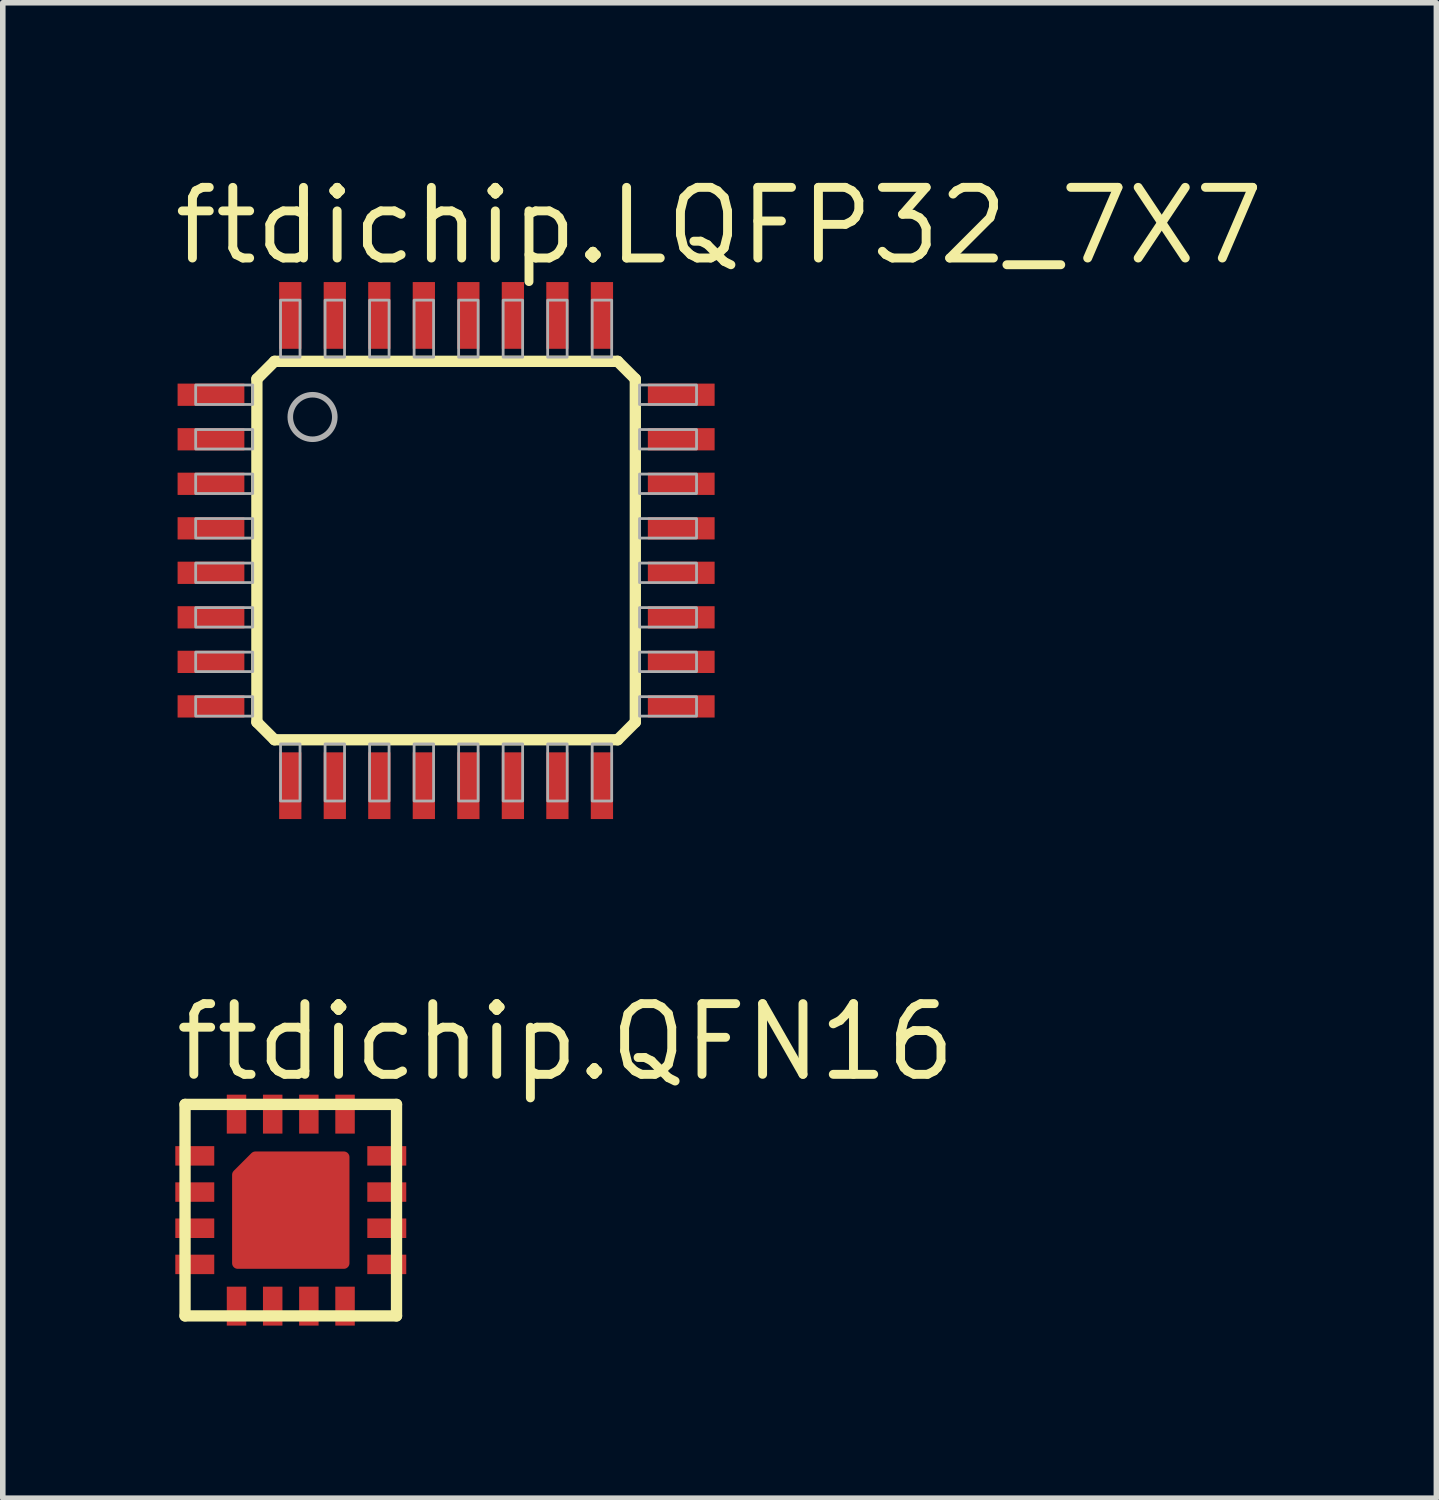
<source format=kicad_pcb>
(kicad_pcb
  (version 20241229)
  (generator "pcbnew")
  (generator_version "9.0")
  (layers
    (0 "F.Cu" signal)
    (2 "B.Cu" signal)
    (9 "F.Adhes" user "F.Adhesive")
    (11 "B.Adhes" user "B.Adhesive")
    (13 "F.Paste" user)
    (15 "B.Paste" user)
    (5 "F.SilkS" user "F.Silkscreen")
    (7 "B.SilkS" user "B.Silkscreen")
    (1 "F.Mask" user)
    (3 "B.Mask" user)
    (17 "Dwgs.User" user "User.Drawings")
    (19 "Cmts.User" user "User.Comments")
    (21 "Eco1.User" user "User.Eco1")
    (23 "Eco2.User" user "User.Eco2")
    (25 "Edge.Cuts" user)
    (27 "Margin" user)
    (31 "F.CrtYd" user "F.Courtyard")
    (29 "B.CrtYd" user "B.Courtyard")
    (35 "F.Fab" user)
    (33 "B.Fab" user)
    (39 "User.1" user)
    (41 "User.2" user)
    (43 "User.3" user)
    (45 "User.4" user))
  (footprint "ftdichip.LQFP32_7X7"
    (layer "F.Cu")
    (at 4.966 6.843)
    (property "Reference" "ftdichip.LQFP32_7X7" (at -4.966 -5.093 0) (layer "F.SilkS") (effects (font (size 1.27 1.27) (thickness 0.16)) (justify left bottom)))
    (attr smd)
    (fp_line (start -3.4 -3.083) (end -3.083 -3.4) (stroke (width 0.203) (type default)) (layer "F.SilkS"))
    (fp_line (start -3.4 3.083) (end -3.4 -3.083) (stroke (width 0.203) (type default)) (layer "F.SilkS"))
    (fp_line (start -3.083 -3.4) (end 3.083 -3.4) (stroke (width 0.203) (type default)) (layer "F.SilkS"))
    (fp_line (start -3.083 3.4) (end -3.4 3.083) (stroke (width 0.203) (type default)) (layer "F.SilkS"))
    (fp_line (start 3.083 -3.4) (end 3.4 -3.083) (stroke (width 0.203) (type default)) (layer "F.SilkS"))
    (fp_line (start 3.083 3.4) (end -3.083 3.4) (stroke (width 0.203) (type default)) (layer "F.SilkS"))
    (fp_line (start 3.4 -3.083) (end 3.4 3.083) (stroke (width 0.203) (type default)) (layer "F.SilkS"))
    (fp_line (start 3.4 3.083) (end 3.083 3.4) (stroke (width 0.203) (type default)) (layer "F.SilkS"))
    (fp_rect (start -4.5 -2.625) (end -3.475 -2.975) (stroke (width 0.05) (type default)) (fill no) (layer "F.Fab"))
    (fp_rect (start -4.5 -1.825) (end -3.475 -2.175) (stroke (width 0.05) (type default)) (fill no) (layer "F.Fab"))
    (fp_rect (start -4.5 -1.025) (end -3.475 -1.375) (stroke (width 0.05) (type default)) (fill no) (layer "F.Fab"))
    (fp_rect (start -4.5 -0.225) (end -3.475 -0.575) (stroke (width 0.05) (type default)) (fill no) (layer "F.Fab"))
    (fp_rect (start -4.5 0.575) (end -3.475 0.225) (stroke (width 0.05) (type default)) (fill no) (layer "F.Fab"))
    (fp_rect (start -4.5 1.375) (end -3.475 1.025) (stroke (width 0.05) (type default)) (fill no) (layer "F.Fab"))
    (fp_rect (start -4.5 2.175) (end -3.475 1.825) (stroke (width 0.05) (type default)) (fill no) (layer "F.Fab"))
    (fp_rect (start -4.5 2.975) (end -3.475 2.625) (stroke (width 0.05) (type default)) (fill no) (layer "F.Fab"))
    (fp_rect (start -2.975 -3.475) (end -2.625 -4.5) (stroke (width 0.05) (type default)) (fill no) (layer "F.Fab"))
    (fp_rect (start -2.975 4.5) (end -2.625 3.475) (stroke (width 0.05) (type default)) (fill no) (layer "F.Fab"))
    (fp_rect (start -2.175 -3.475) (end -1.825 -4.5) (stroke (width 0.05) (type default)) (fill no) (layer "F.Fab"))
    (fp_rect (start -2.175 4.5) (end -1.825 3.475) (stroke (width 0.05) (type default)) (fill no) (layer "F.Fab"))
    (fp_rect (start -1.375 -3.475) (end -1.025 -4.5) (stroke (width 0.05) (type default)) (fill no) (layer "F.Fab"))
    (fp_rect (start -1.375 4.5) (end -1.025 3.475) (stroke (width 0.05) (type default)) (fill no) (layer "F.Fab"))
    (fp_rect (start -0.575 -3.475) (end -0.225 -4.5) (stroke (width 0.05) (type default)) (fill no) (layer "F.Fab"))
    (fp_rect (start -0.575 4.5) (end -0.225 3.475) (stroke (width 0.05) (type default)) (fill no) (layer "F.Fab"))
    (fp_rect (start 0.225 -3.475) (end 0.575 -4.5) (stroke (width 0.05) (type default)) (fill no) (layer "F.Fab"))
    (fp_rect (start 0.225 4.5) (end 0.575 3.475) (stroke (width 0.05) (type default)) (fill no) (layer "F.Fab"))
    (fp_rect (start 1.025 -3.475) (end 1.375 -4.5) (stroke (width 0.05) (type default)) (fill no) (layer "F.Fab"))
    (fp_rect (start 1.025 4.5) (end 1.375 3.475) (stroke (width 0.05) (type default)) (fill no) (layer "F.Fab"))
    (fp_rect (start 1.825 -3.475) (end 2.175 -4.5) (stroke (width 0.05) (type default)) (fill no) (layer "F.Fab"))
    (fp_rect (start 1.825 4.5) (end 2.175 3.475) (stroke (width 0.05) (type default)) (fill no) (layer "F.Fab"))
    (fp_rect (start 2.625 -3.475) (end 2.975 -4.5) (stroke (width 0.05) (type default)) (fill no) (layer "F.Fab"))
    (fp_rect (start 2.625 4.5) (end 2.975 3.475) (stroke (width 0.05) (type default)) (fill no) (layer "F.Fab"))
    (fp_rect (start 3.475 -2.625) (end 4.5 -2.975) (stroke (width 0.05) (type default)) (fill no) (layer "F.Fab"))
    (fp_rect (start 3.475 -1.825) (end 4.5 -2.175) (stroke (width 0.05) (type default)) (fill no) (layer "F.Fab"))
    (fp_rect (start 3.475 -1.025) (end 4.5 -1.375) (stroke (width 0.05) (type default)) (fill no) (layer "F.Fab"))
    (fp_rect (start 3.475 -0.225) (end 4.5 -0.575) (stroke (width 0.05) (type default)) (fill no) (layer "F.Fab"))
    (fp_rect (start 3.475 0.575) (end 4.5 0.225) (stroke (width 0.05) (type default)) (fill no) (layer "F.Fab"))
    (fp_rect (start 3.475 1.375) (end 4.5 1.025) (stroke (width 0.05) (type default)) (fill no) (layer "F.Fab"))
    (fp_rect (start 3.475 2.175) (end 4.5 1.825) (stroke (width 0.05) (type default)) (fill no) (layer "F.Fab"))
    (fp_rect (start 3.475 2.975) (end 4.5 2.625) (stroke (width 0.05) (type default)) (fill no) (layer "F.Fab"))
    (fp_circle (center -2.4 -2.4) (end -2 -2.4) (stroke (width 0.1) (type default)) (fill no) (layer "F.Fab"))
    (pad "1" smd roundrect (at -4.225 -2.8) (size 1.2 0.4) (layers "F.Cu" "F.Mask" "F.Paste") (roundrect_rratio 0.01))
    (pad "2" smd roundrect (at -4.225 -2) (size 1.2 0.4) (layers "F.Cu" "F.Mask" "F.Paste") (roundrect_rratio 0.01))
    (pad "3" smd roundrect (at -4.225 -1.2) (size 1.2 0.4) (layers "F.Cu" "F.Mask" "F.Paste") (roundrect_rratio 0.01))
    (pad "4" smd roundrect (at -4.225 -0.4) (size 1.2 0.4) (layers "F.Cu" "F.Mask" "F.Paste") (roundrect_rratio 0.01))
    (pad "5" smd roundrect (at -4.225 0.4) (size 1.2 0.4) (layers "F.Cu" "F.Mask" "F.Paste") (roundrect_rratio 0.01))
    (pad "6" smd roundrect (at -4.225 1.2) (size 1.2 0.4) (layers "F.Cu" "F.Mask" "F.Paste") (roundrect_rratio 0.01))
    (pad "7" smd roundrect (at -4.225 2) (size 1.2 0.4) (layers "F.Cu" "F.Mask" "F.Paste") (roundrect_rratio 0.01))
    (pad "8" smd roundrect (at -4.225 2.8) (size 1.2 0.4) (layers "F.Cu" "F.Mask" "F.Paste") (roundrect_rratio 0.01))
    (pad "9" smd roundrect (at -2.8 4.225 90) (size 1.2 0.4) (layers "F.Cu" "F.Mask" "F.Paste") (roundrect_rratio 0.01))
    (pad "10" smd roundrect (at -2 4.225 90) (size 1.2 0.4) (layers "F.Cu" "F.Mask" "F.Paste") (roundrect_rratio 0.01))
    (pad "11" smd roundrect (at -1.2 4.225 90) (size 1.2 0.4) (layers "F.Cu" "F.Mask" "F.Paste") (roundrect_rratio 0.01))
    (pad "12" smd roundrect (at -0.4 4.225 90) (size 1.2 0.4) (layers "F.Cu" "F.Mask" "F.Paste") (roundrect_rratio 0.01))
    (pad "13" smd roundrect (at 0.4 4.225 90) (size 1.2 0.4) (layers "F.Cu" "F.Mask" "F.Paste") (roundrect_rratio 0.01))
    (pad "14" smd roundrect (at 1.2 4.225 90) (size 1.2 0.4) (layers "F.Cu" "F.Mask" "F.Paste") (roundrect_rratio 0.01))
    (pad "15" smd roundrect (at 2 4.225 90) (size 1.2 0.4) (layers "F.Cu" "F.Mask" "F.Paste") (roundrect_rratio 0.01))
    (pad "16" smd roundrect (at 2.8 4.225 90) (size 1.2 0.4) (layers "F.Cu" "F.Mask" "F.Paste") (roundrect_rratio 0.01))
    (pad "17" smd roundrect (at 4.225 2.8 180) (size 1.2 0.4) (layers "F.Cu" "F.Mask" "F.Paste") (roundrect_rratio 0.01))
    (pad "18" smd roundrect (at 4.225 2 180) (size 1.2 0.4) (layers "F.Cu" "F.Mask" "F.Paste") (roundrect_rratio 0.01))
    (pad "19" smd roundrect (at 4.225 1.2 180) (size 1.2 0.4) (layers "F.Cu" "F.Mask" "F.Paste") (roundrect_rratio 0.01))
    (pad "20" smd roundrect (at 4.225 0.4 180) (size 1.2 0.4) (layers "F.Cu" "F.Mask" "F.Paste") (roundrect_rratio 0.01))
    (pad "21" smd roundrect (at 4.225 -0.4 180) (size 1.2 0.4) (layers "F.Cu" "F.Mask" "F.Paste") (roundrect_rratio 0.01))
    (pad "22" smd roundrect (at 4.225 -1.2 180) (size 1.2 0.4) (layers "F.Cu" "F.Mask" "F.Paste") (roundrect_rratio 0.01))
    (pad "23" smd roundrect (at 4.225 -2 180) (size 1.2 0.4) (layers "F.Cu" "F.Mask" "F.Paste") (roundrect_rratio 0.01))
    (pad "24" smd roundrect (at 4.225 -2.8 180) (size 1.2 0.4) (layers "F.Cu" "F.Mask" "F.Paste") (roundrect_rratio 0.01))
    (pad "25" smd roundrect (at 2.8 -4.225 270) (size 1.2 0.4) (layers "F.Cu" "F.Mask" "F.Paste") (roundrect_rratio 0.01))
    (pad "26" smd roundrect (at 2 -4.225 270) (size 1.2 0.4) (layers "F.Cu" "F.Mask" "F.Paste") (roundrect_rratio 0.01))
    (pad "27" smd roundrect (at 1.2 -4.225 270) (size 1.2 0.4) (layers "F.Cu" "F.Mask" "F.Paste") (roundrect_rratio 0.01))
    (pad "28" smd roundrect (at 0.4 -4.225 270) (size 1.2 0.4) (layers "F.Cu" "F.Mask" "F.Paste") (roundrect_rratio 0.01))
    (pad "29" smd roundrect (at -0.4 -4.225 270) (size 1.2 0.4) (layers "F.Cu" "F.Mask" "F.Paste") (roundrect_rratio 0.01))
    (pad "30" smd roundrect (at -1.2 -4.225 270) (size 1.2 0.4) (layers "F.Cu" "F.Mask" "F.Paste") (roundrect_rratio 0.01))
    (pad "31" smd roundrect (at -2 -4.225 270) (size 1.2 0.4) (layers "F.Cu" "F.Mask" "F.Paste") (roundrect_rratio 0.01))
    (pad "32" smd roundrect (at -2.8 -4.225 270) (size 1.2 0.4) (layers "F.Cu" "F.Mask" "F.Paste") (roundrect_rratio 0.01)))
  (footprint "ftdichip.QFN16"
    (layer "F.Cu")
    (at 2.175 18.695)
    (property "Reference" "ftdichip.QFN16" (at -2.15 -2.277 0) (layer "F.SilkS") (effects (font (size 1.27 1.27) (thickness 0.16)) (justify left bottom)))
    (attr smd)
    (fp_poly (pts (xy -0.953 0.953) (xy -0.953 -0.635) (xy -0.635 -0.953) (xy 0.953 -0.953) (xy 0.953 0.953)) (stroke (width 0.203) (type default)) (fill yes) (layer "F.Cu"))
    (fp_rect (start -2.15 -0.775) (end -1.3 -1.175) (stroke (width 0.05) (type default)) (fill yes) (layer "F.Mask"))
    (fp_rect (start -2.15 -0.125) (end -1.3 -0.525) (stroke (width 0.05) (type default)) (fill yes) (layer "F.Mask"))
    (fp_rect (start -2.15 0.525) (end -1.3 0.125) (stroke (width 0.05) (type default)) (fill yes) (layer "F.Mask"))
    (fp_rect (start -2.15 1.175) (end -1.3 0.775) (stroke (width 0.05) (type default)) (fill yes) (layer "F.Mask"))
    (fp_rect (start -1.175 -1.3) (end -0.775 -2.15) (stroke (width 0.05) (type default)) (fill yes) (layer "F.Mask"))
    (fp_rect (start -1.175 2.15) (end -0.775 1.3) (stroke (width 0.05) (type default)) (fill yes) (layer "F.Mask"))
    (fp_rect (start -0.525 -1.3) (end -0.125 -2.15) (stroke (width 0.05) (type default)) (fill yes) (layer "F.Mask"))
    (fp_rect (start -0.525 2.15) (end -0.125 1.3) (stroke (width 0.05) (type default)) (fill yes) (layer "F.Mask"))
    (fp_rect (start 0.125 -1.3) (end 0.525 -2.15) (stroke (width 0.05) (type default)) (fill yes) (layer "F.Mask"))
    (fp_rect (start 0.125 2.15) (end 0.525 1.3) (stroke (width 0.05) (type default)) (fill yes) (layer "F.Mask"))
    (fp_rect (start 0.775 -1.3) (end 1.175 -2.15) (stroke (width 0.05) (type default)) (fill yes) (layer "F.Mask"))
    (fp_rect (start 0.775 2.15) (end 1.175 1.3) (stroke (width 0.05) (type default)) (fill yes) (layer "F.Mask"))
    (fp_rect (start 1.3 -0.775) (end 2.15 -1.175) (stroke (width 0.05) (type default)) (fill yes) (layer "F.Mask"))
    (fp_rect (start 1.3 -0.125) (end 2.15 -0.525) (stroke (width 0.05) (type default)) (fill yes) (layer "F.Mask"))
    (fp_rect (start 1.3 0.525) (end 2.15 0.125) (stroke (width 0.05) (type default)) (fill yes) (layer "F.Mask"))
    (fp_rect (start 1.3 1.175) (end 2.15 0.775) (stroke (width 0.05) (type default)) (fill yes) (layer "F.Mask"))
    (fp_poly (pts (xy -0.953 0.953) (xy -0.953 -0.635) (xy -0.635 -0.953) (xy 0.953 -0.953) (xy 0.953 0.953)) (stroke (width 0.254) (type default)) (fill yes) (layer "F.Mask"))
    (fp_line (start -1.9 -1.9) (end -1.9 1.9) (stroke (width 0.203) (type default)) (layer "F.SilkS"))
    (fp_line (start -1.9 1.9) (end 1.9 1.9) (stroke (width 0.203) (type default)) (layer "F.SilkS"))
    (fp_line (start 1.9 -1.9) (end -1.9 -1.9) (stroke (width 0.203) (type default)) (layer "F.SilkS"))
    (fp_line (start 1.9 1.9) (end 1.9 -1.9) (stroke (width 0.203) (type default)) (layer "F.SilkS"))
    (fp_poly (pts (xy -0.953 0.953) (xy -0.953 -0.635) (xy -0.635 -0.953) (xy 0.953 -0.953) (xy 0.953 0.953)) (stroke (width 0.15) (type default)) (fill yes) (layer "F.Paste"))
    (pad "1" smd roundrect (at -1.725 -0.975) (size 0.7 0.35) (layers "F.Cu" "F.Mask" "F.Paste") (roundrect_rratio 0.01))
    (pad "2" smd roundrect (at -1.725 -0.325) (size 0.7 0.35) (layers "F.Cu" "F.Mask" "F.Paste") (roundrect_rratio 0.01))
    (pad "3" smd roundrect (at -1.725 0.325) (size 0.7 0.35) (layers "F.Cu" "F.Mask" "F.Paste") (roundrect_rratio 0.01))
    (pad "4" smd roundrect (at -1.725 0.975) (size 0.7 0.35) (layers "F.Cu" "F.Mask" "F.Paste") (roundrect_rratio 0.01))
    (pad "5" smd roundrect (at -0.975 1.725 90) (size 0.7 0.35) (layers "F.Cu" "F.Mask" "F.Paste") (roundrect_rratio 0.01))
    (pad "6" smd roundrect (at -0.325 1.725 90) (size 0.7 0.35) (layers "F.Cu" "F.Mask" "F.Paste") (roundrect_rratio 0.01))
    (pad "7" smd roundrect (at 0.325 1.725 90) (size 0.7 0.35) (layers "F.Cu" "F.Mask" "F.Paste") (roundrect_rratio 0.01))
    (pad "8" smd roundrect (at 0.975 1.725 90) (size 0.7 0.35) (layers "F.Cu" "F.Mask" "F.Paste") (roundrect_rratio 0.01))
    (pad "9" smd roundrect (at 1.725 0.975 180) (size 0.7 0.35) (layers "F.Cu" "F.Mask" "F.Paste") (roundrect_rratio 0.01))
    (pad "10" smd roundrect (at 1.725 0.325 180) (size 0.7 0.35) (layers "F.Cu" "F.Mask" "F.Paste") (roundrect_rratio 0.01))
    (pad "11" smd roundrect (at 1.725 -0.325 180) (size 0.7 0.35) (layers "F.Cu" "F.Mask" "F.Paste") (roundrect_rratio 0.01))
    (pad "12" smd roundrect (at 1.725 -0.975 180) (size 0.7 0.35) (layers "F.Cu" "F.Mask" "F.Paste") (roundrect_rratio 0.01))
    (pad "13" smd roundrect (at 0.975 -1.725 270) (size 0.7 0.35) (layers "F.Cu" "F.Mask" "F.Paste") (roundrect_rratio 0.01))
    (pad "14" smd roundrect (at 0.325 -1.725 270) (size 0.7 0.35) (layers "F.Cu" "F.Mask" "F.Paste") (roundrect_rratio 0.01))
    (pad "15" smd roundrect (at -0.325 -1.725 270) (size 0.7 0.35) (layers "F.Cu" "F.Mask" "F.Paste") (roundrect_rratio 0.01))
    (pad "16" smd roundrect (at -0.975 -1.725 270) (size 0.7 0.35) (layers "F.Cu" "F.Mask" "F.Paste") (roundrect_rratio 0.01))
    (pad "TAB" smd roundrect (at 0 0) (size 1 1) (layers "F.Cu" "F.Mask" "F.Paste") (roundrect_rratio 0.01)))
  (gr_rect
    (start -3 -3)
    (end 22.76 23.87)
    (stroke (width 0.1) (type default))
    (fill no)
    (layer "Edge.Cuts")))
</source>
